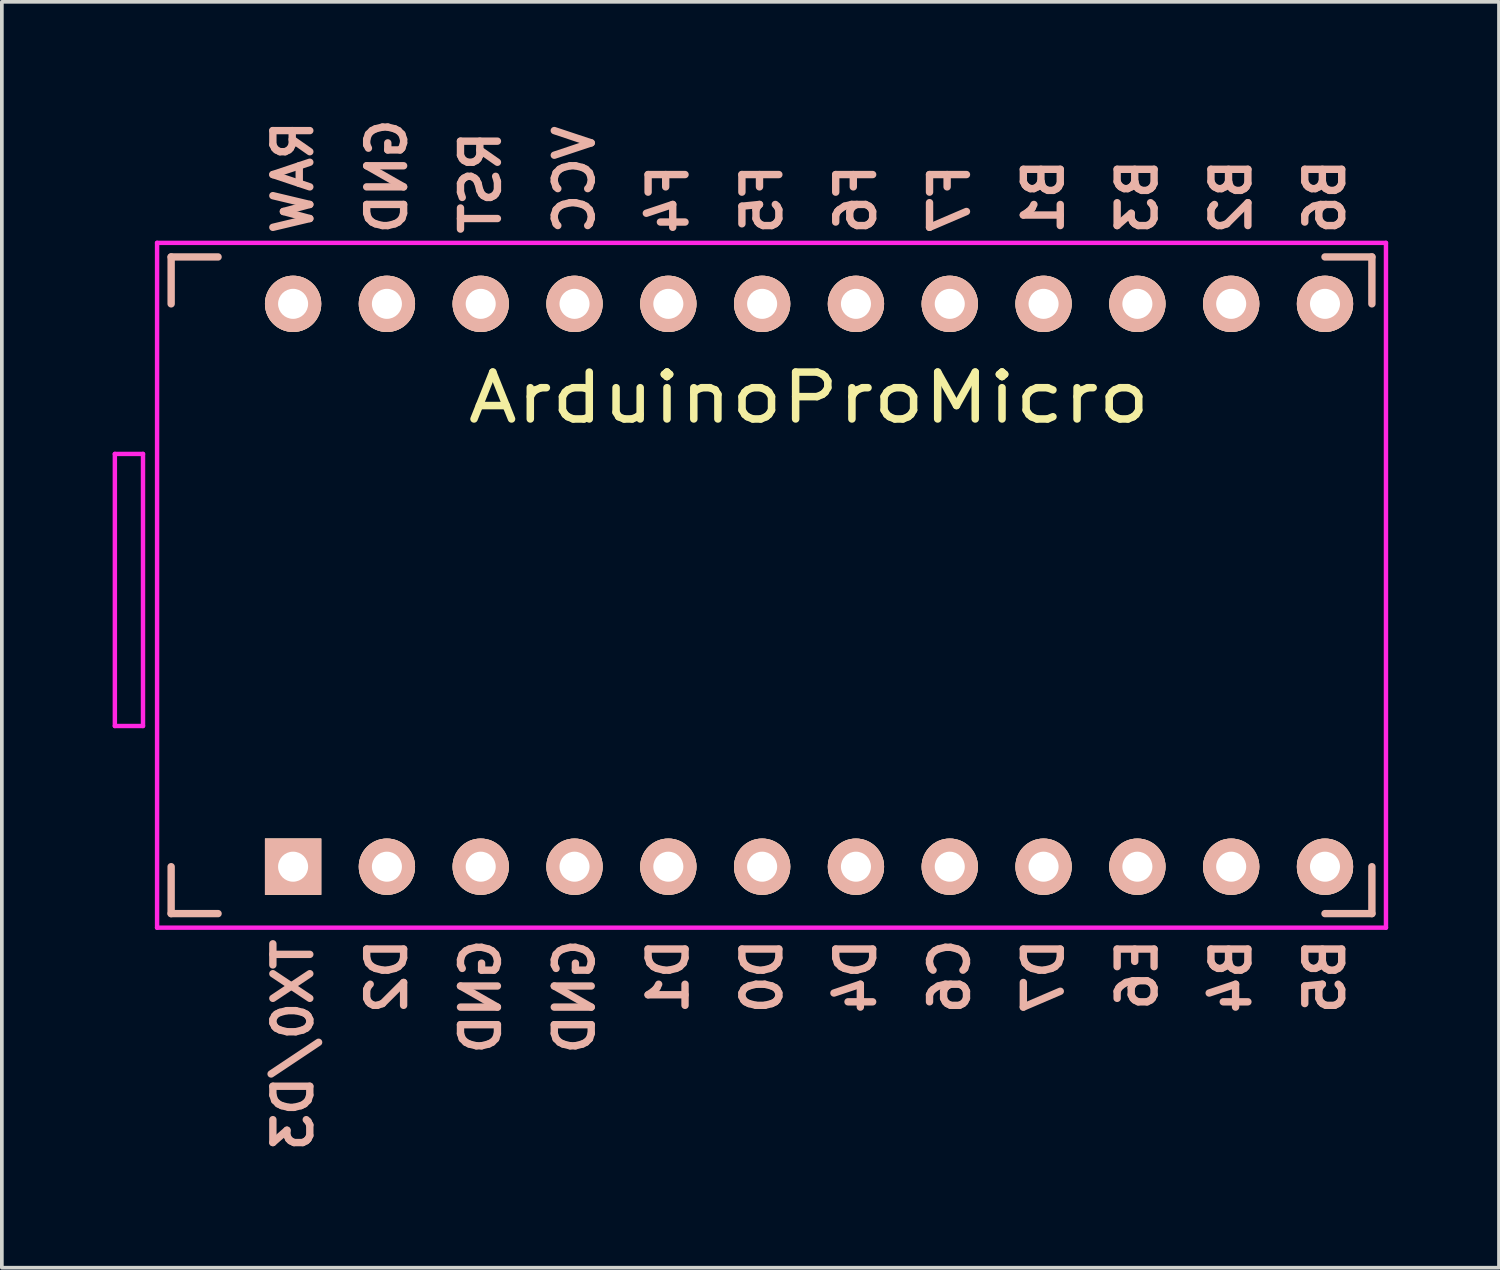
<source format=kicad_pcb>
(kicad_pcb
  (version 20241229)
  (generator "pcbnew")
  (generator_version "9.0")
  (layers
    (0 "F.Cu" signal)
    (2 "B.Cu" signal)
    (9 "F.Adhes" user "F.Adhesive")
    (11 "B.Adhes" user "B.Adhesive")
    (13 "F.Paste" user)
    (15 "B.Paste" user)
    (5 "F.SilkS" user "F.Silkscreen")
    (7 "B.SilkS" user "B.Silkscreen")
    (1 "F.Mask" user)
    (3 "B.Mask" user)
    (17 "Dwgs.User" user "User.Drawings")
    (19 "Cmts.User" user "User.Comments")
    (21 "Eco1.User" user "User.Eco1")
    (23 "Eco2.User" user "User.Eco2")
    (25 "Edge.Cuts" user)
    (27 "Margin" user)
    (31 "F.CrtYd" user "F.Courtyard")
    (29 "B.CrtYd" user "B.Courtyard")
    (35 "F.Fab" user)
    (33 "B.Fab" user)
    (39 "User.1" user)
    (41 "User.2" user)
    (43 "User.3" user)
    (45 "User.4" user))
  (footprint "ArduinoProMicro"
    (layer "F.Cu")
    (at 18.856 12.797)
    (property "Reference" "ArduinoProMicro" (at 0 -5.08 0) (layer "F.SilkS") (effects (font (size 1.27 1.524) (thickness 0.203))))
    (attr through_hole)
    (fp_line (start -17.272 -8.89) (end -17.272 -7.62) (stroke (width 0.2) (type solid)) (layer "B.SilkS"))
    (fp_line (start -17.272 7.62) (end -17.272 8.89) (stroke (width 0.2) (type solid)) (layer "B.SilkS"))
    (fp_line (start -17.272 8.89) (end -16.002 8.89) (stroke (width 0.2) (type solid)) (layer "B.SilkS"))
    (fp_line (start -16.002 -8.89) (end -17.272 -8.89) (stroke (width 0.2) (type solid)) (layer "B.SilkS"))
    (fp_line (start 13.97 8.89) (end 15.24 8.89) (stroke (width 0.2) (type solid)) (layer "B.SilkS"))
    (fp_line (start 15.24 -8.89) (end 13.97 -8.89) (stroke (width 0.2) (type solid)) (layer "B.SilkS"))
    (fp_line (start 15.24 -7.62) (end 15.24 -8.89) (stroke (width 0.2) (type solid)) (layer "B.SilkS"))
    (fp_line (start 15.24 8.89) (end 15.24 7.62) (stroke (width 0.2) (type solid)) (layer "B.SilkS"))
    (fp_line (start -18.796 -3.556) (end -18.034 -3.556) (stroke (width 0.12) (type solid)) (layer "F.CrtYd"))
    (fp_line (start -18.796 3.81) (end -18.796 -3.556) (stroke (width 0.12) (type solid)) (layer "F.CrtYd"))
    (fp_line (start -18.034 -3.556) (end -18.034 3.81) (stroke (width 0.12) (type solid)) (layer "F.CrtYd"))
    (fp_line (start -18.034 3.81) (end -18.796 3.81) (stroke (width 0.12) (type solid)) (layer "F.CrtYd"))
    (fp_line (start -17.653 -9.271) (end 15.621 -9.271) (stroke (width 0.12) (type solid)) (layer "F.CrtYd"))
    (fp_line (start -17.653 9.271) (end -17.653 -9.271) (stroke (width 0.12) (type solid)) (layer "F.CrtYd"))
    (fp_line (start 15.621 -9.271) (end 15.621 9.271) (stroke (width 0.12) (type solid)) (layer "F.CrtYd"))
    (fp_line (start 15.621 9.271) (end -17.653 9.271) (stroke (width 0.12) (type solid)) (layer "F.CrtYd"))
    (fp_text user "D2" (at -11.43 10.588 90) (unlocked yes) (layer "B.SilkS") (effects (font (size 1 1) (thickness 0.2)) (justify mirror)))
    (fp_text user "B2" (at 11.43 -10.525 90) (unlocked yes) (layer "B.SilkS") (effects (font (size 1 1) (thickness 0.2)) (justify mirror)))
    (fp_text user "D1" (at -3.81 10.588 90) (unlocked yes) (layer "B.SilkS") (effects (font (size 1 1) (thickness 0.2)) (justify mirror)))
    (fp_text user "D4" (at 1.27 10.588 90) (unlocked yes) (layer "B.SilkS") (effects (font (size 1 1) (thickness 0.2)) (justify mirror)))
    (fp_text user "B3" (at 8.89 -10.525 90) (unlocked yes) (layer "B.SilkS") (effects (font (size 1 1) (thickness 0.2)) (justify mirror)))
    (fp_text user "RST" (at -8.89 -10.906 90) (unlocked yes) (layer "B.SilkS") (effects (font (size 1 1) (thickness 0.2)) (justify mirror)))
    (fp_text user "F4" (at -3.81 -10.454 90) (unlocked yes) (layer "B.SilkS") (effects (font (size 1 1) (thickness 0.2)) (justify mirror)))
    (fp_text user "VCC" (at -6.35 -10.978 90) (unlocked yes) (layer "B.SilkS") (effects (font (size 1 1) (thickness 0.2)) (justify mirror)))
    (fp_text user "D7" (at 6.35 10.588 90) (unlocked yes) (layer "B.SilkS") (effects (font (size 1 1) (thickness 0.2)) (justify mirror)))
    (fp_text user "B4" (at 11.43 10.588 90) (unlocked yes) (layer "B.SilkS") (effects (font (size 1 1) (thickness 0.2)) (justify mirror)))
    (fp_text user "GND" (at -8.89 11.136 90) (unlocked yes) (layer "B.SilkS") (effects (font (size 1 1) (thickness 0.2)) (justify mirror)))
    (fp_text user "GND" (at -6.35 11.136 90) (unlocked yes) (layer "B.SilkS") (effects (font (size 1 1) (thickness 0.2)) (justify mirror)))
    (fp_text user "C6" (at 3.81 10.588 90) (unlocked yes) (layer "B.SilkS") (effects (font (size 1 1) (thickness 0.2)) (justify mirror)))
    (fp_text user "F7" (at 3.81 -10.454 90) (unlocked yes) (layer "B.SilkS") (effects (font (size 1 1) (thickness 0.2)) (justify mirror)))
    (fp_text user "B1" (at 6.35 -10.525 90) (unlocked yes) (layer "B.SilkS") (effects (font (size 1 1) (thickness 0.2)) (justify mirror)))
    (fp_text user "GND" (at -11.43 -11.073 90) (unlocked yes) (layer "B.SilkS") (effects (font (size 1 1) (thickness 0.2)) (justify mirror)))
    (fp_text user "D0" (at -1.27 10.588 90) (unlocked yes) (layer "B.SilkS") (effects (font (size 1 1) (thickness 0.2)) (justify mirror)))
    (fp_text user "F6" (at 1.27 -10.454 90) (unlocked yes) (layer "B.SilkS") (effects (font (size 1 1) (thickness 0.2)) (justify mirror)))
    (fp_text user "B6" (at 13.97 -10.525 90) (unlocked yes) (layer "B.SilkS") (effects (font (size 1 1) (thickness 0.2)) (justify mirror)))
    (fp_text user "RAW" (at -13.97 -11.049 90) (unlocked yes) (layer "B.SilkS") (effects (font (size 1 1) (thickness 0.2)) (justify mirror)))
    (fp_text user "B5" (at 13.97 10.588 90) (unlocked yes) (layer "B.SilkS") (effects (font (size 1 1) (thickness 0.2)) (justify mirror)))
    (fp_text user "F5" (at -1.27 -10.454 90) (unlocked yes) (layer "B.SilkS") (effects (font (size 1 1) (thickness 0.2)) (justify mirror)))
    (fp_text user "TX0/D3" (at -13.97 12.446 90) (unlocked yes) (layer "B.SilkS") (effects (font (size 1 1) (thickness 0.2)) (justify mirror)))
    (fp_text user "E6" (at 8.89 10.541 90) (unlocked yes) (layer "B.SilkS") (effects (font (size 1 1) (thickness 0.2)) (justify mirror)))
    (pad "1" thru_hole rect (at -13.97 7.62) (size 1.524 1.524) (drill 0.813) (layers "*.Cu" "*.SilkS" "*.Mask"))
    (pad "2" thru_hole circle (at -11.43 7.62) (size 1.524 1.524) (drill 0.813) (layers "*.Cu" "*.SilkS" "*.Mask"))
    (pad "3" thru_hole circle (at -8.89 7.62) (size 1.524 1.524) (drill 0.813) (layers "*.Cu" "*.SilkS" "*.Mask"))
    (pad "4" thru_hole circle (at -6.35 7.62) (size 1.524 1.524) (drill 0.813) (layers "*.Cu" "*.SilkS" "*.Mask"))
    (pad "5" thru_hole circle (at -3.81 7.62) (size 1.524 1.524) (drill 0.813) (layers "*.Cu" "*.SilkS" "*.Mask"))
    (pad "6" thru_hole circle (at -1.27 7.62) (size 1.524 1.524) (drill 0.813) (layers "*.Cu" "*.SilkS" "*.Mask"))
    (pad "7" thru_hole circle (at 1.27 7.62) (size 1.524 1.524) (drill 0.813) (layers "*.Cu" "*.SilkS" "*.Mask"))
    (pad "8" thru_hole circle (at 3.81 7.62) (size 1.524 1.524) (drill 0.813) (layers "*.Cu" "*.SilkS" "*.Mask"))
    (pad "9" thru_hole circle (at 6.35 7.62) (size 1.524 1.524) (drill 0.813) (layers "*.Cu" "*.SilkS" "*.Mask"))
    (pad "10" thru_hole circle (at 8.89 7.62) (size 1.524 1.524) (drill 0.813) (layers "*.Cu" "*.SilkS" "*.Mask"))
    (pad "11" thru_hole circle (at 11.43 7.62) (size 1.524 1.524) (drill 0.813) (layers "*.Cu" "*.SilkS" "*.Mask"))
    (pad "12" thru_hole circle (at 13.97 7.62) (size 1.524 1.524) (drill 0.813) (layers "*.Cu" "*.SilkS" "*.Mask"))
    (pad "13" thru_hole circle (at 13.97 -7.62) (size 1.524 1.524) (drill 0.813) (layers "*.Cu" "*.SilkS" "*.Mask"))
    (pad "14" thru_hole circle (at 11.43 -7.62) (size 1.524 1.524) (drill 0.813) (layers "*.Cu" "*.SilkS" "*.Mask"))
    (pad "15" thru_hole circle (at 8.89 -7.62) (size 1.524 1.524) (drill 0.813) (layers "*.Cu" "*.SilkS" "*.Mask"))
    (pad "16" thru_hole circle (at 6.35 -7.62) (size 1.524 1.524) (drill 0.813) (layers "*.Cu" "*.SilkS" "*.Mask"))
    (pad "17" thru_hole circle (at 3.81 -7.62) (size 1.524 1.524) (drill 0.813) (layers "*.Cu" "*.SilkS" "*.Mask"))
    (pad "18" thru_hole circle (at 1.27 -7.62) (size 1.524 1.524) (drill 0.813) (layers "*.Cu" "*.SilkS" "*.Mask"))
    (pad "19" thru_hole circle (at -1.27 -7.62) (size 1.524 1.524) (drill 0.813) (layers "*.Cu" "*.SilkS" "*.Mask"))
    (pad "20" thru_hole circle (at -3.81 -7.62) (size 1.524 1.524) (drill 0.813) (layers "*.Cu" "*.SilkS" "*.Mask"))
    (pad "21" thru_hole circle (at -6.35 -7.62) (size 1.524 1.524) (drill 0.813) (layers "*.Cu" "*.SilkS" "*.Mask"))
    (pad "22" thru_hole circle (at -8.89 -7.62) (size 1.524 1.524) (drill 0.813) (layers "*.Cu" "*.SilkS" "*.Mask"))
    (pad "23" thru_hole circle (at -11.43 -7.62) (size 1.524 1.524) (drill 0.813) (layers "*.Cu" "*.SilkS" "*.Mask"))
    (pad "24" thru_hole circle (at -13.97 -7.62) (size 1.524 1.524) (drill 0.813) (layers "*.Cu" "*.SilkS" "*.Mask")))
  (gr_rect
    (start -3 -3)
    (end 37.537 31.275)
    (stroke (width 0.1) (type default))
    (fill no)
    (layer "Edge.Cuts")))
</source>
